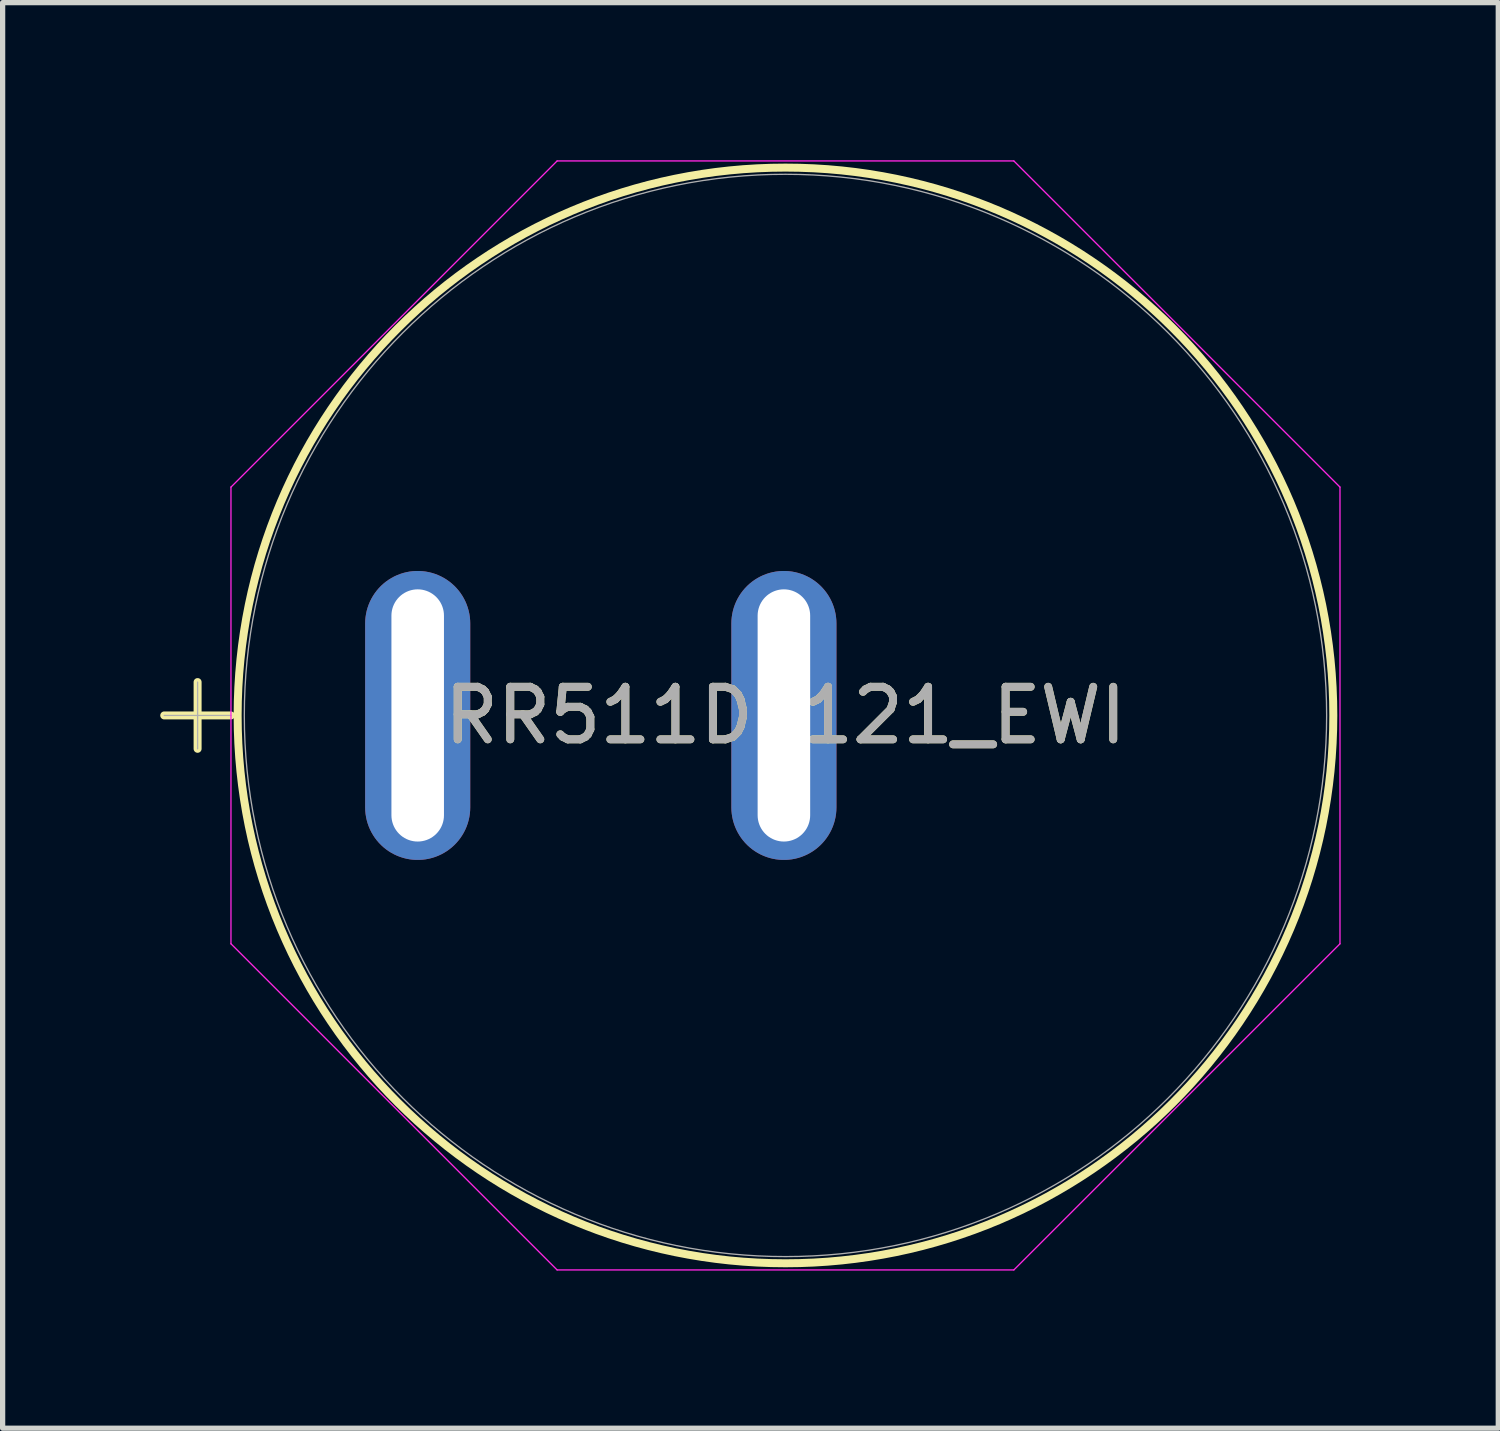
<source format=kicad_pcb>
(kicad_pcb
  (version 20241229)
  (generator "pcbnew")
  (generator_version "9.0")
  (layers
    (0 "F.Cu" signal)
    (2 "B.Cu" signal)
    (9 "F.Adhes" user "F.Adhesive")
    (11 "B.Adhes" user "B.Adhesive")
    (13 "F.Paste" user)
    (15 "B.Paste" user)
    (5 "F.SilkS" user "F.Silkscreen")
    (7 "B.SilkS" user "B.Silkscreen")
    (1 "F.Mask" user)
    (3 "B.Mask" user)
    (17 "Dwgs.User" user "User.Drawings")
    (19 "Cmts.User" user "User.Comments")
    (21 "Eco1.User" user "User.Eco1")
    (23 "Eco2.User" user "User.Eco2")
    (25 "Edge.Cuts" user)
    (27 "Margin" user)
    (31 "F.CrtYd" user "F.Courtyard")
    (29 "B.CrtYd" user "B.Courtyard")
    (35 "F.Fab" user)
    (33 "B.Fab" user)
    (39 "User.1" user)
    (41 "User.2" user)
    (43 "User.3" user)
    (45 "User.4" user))
  (footprint "RR511D1121_EWI"
    (layer "F.Cu")
    (at 4.9 10.567)
    (property "Reference" "RR511D1121_EWI" (at 7 0 0) (unlocked yes) (layer "F.SilkS") (effects (font (size 1 1) (thickness 0.15))))
    (attr through_hole)
    (fp_line (start -4.824 0) (end -3.554 0) (stroke (width 0.152) (type solid)) (layer "F.SilkS"))
    (fp_line (start -4.189 -0.635) (end -4.189 0.635) (stroke (width 0.152) (type solid)) (layer "F.SilkS"))
    (fp_circle (center 7 0) (end 17.427 0) (stroke (width 0.152) (type solid)) (fill no) (layer "F.SilkS"))
    (fp_line (start -3.554 -4.346) (end 2.654 -10.554) (stroke (width 0.025) (type solid)) (layer "F.CrtYd"))
    (fp_line (start -3.554 4.346) (end -3.554 -4.346) (stroke (width 0.025) (type solid)) (layer "F.CrtYd"))
    (fp_line (start 2.654 -10.554) (end 11.346 -10.554) (stroke (width 0.025) (type solid)) (layer "F.CrtYd"))
    (fp_line (start 2.654 10.554) (end -3.554 4.346) (stroke (width 0.025) (type solid)) (layer "F.CrtYd"))
    (fp_line (start 11.346 -10.554) (end 17.554 -4.346) (stroke (width 0.025) (type solid)) (layer "F.CrtYd"))
    (fp_line (start 11.346 10.554) (end 2.654 10.554) (stroke (width 0.025) (type solid)) (layer "F.CrtYd"))
    (fp_line (start 17.554 -4.346) (end 17.554 4.346) (stroke (width 0.025) (type solid)) (layer "F.CrtYd"))
    (fp_line (start 17.554 4.346) (end 11.346 10.554) (stroke (width 0.025) (type solid)) (layer "F.CrtYd"))
    (fp_line (start -4.824 0) (end -3.554 0) (stroke (width 0.025) (type solid)) (layer "F.Fab"))
    (fp_line (start -4.189 -0.635) (end -4.189 0.635) (stroke (width 0.025) (type solid)) (layer "F.Fab"))
    (fp_circle (center 7 0) (end 17.3 0) (stroke (width 0.025) (type solid)) (fill no) (layer "F.Fab"))
    (fp_text user "${REFERENCE}" (at 7 0 0) (unlocked yes) (layer "F.Fab") (effects (font (size 1 1) (thickness 0.15))))
    (pad "1" thru_hole oval (at -0.000001 0 90) (size 5.5 2) (drill oval 4.8 1) (layers "*.Cu" "*.Mask"))
    (pad "2" thru_hole oval (at 6.97 0 90) (size 5.5 2) (drill oval 4.8 1) (layers "*.Cu" "*.Mask")))
  (gr_rect
    (start -3 -3)
    (end 25.467 24.133)
    (stroke (width 0.1) (type default))
    (fill no)
    (layer "Edge.Cuts")))
</source>
